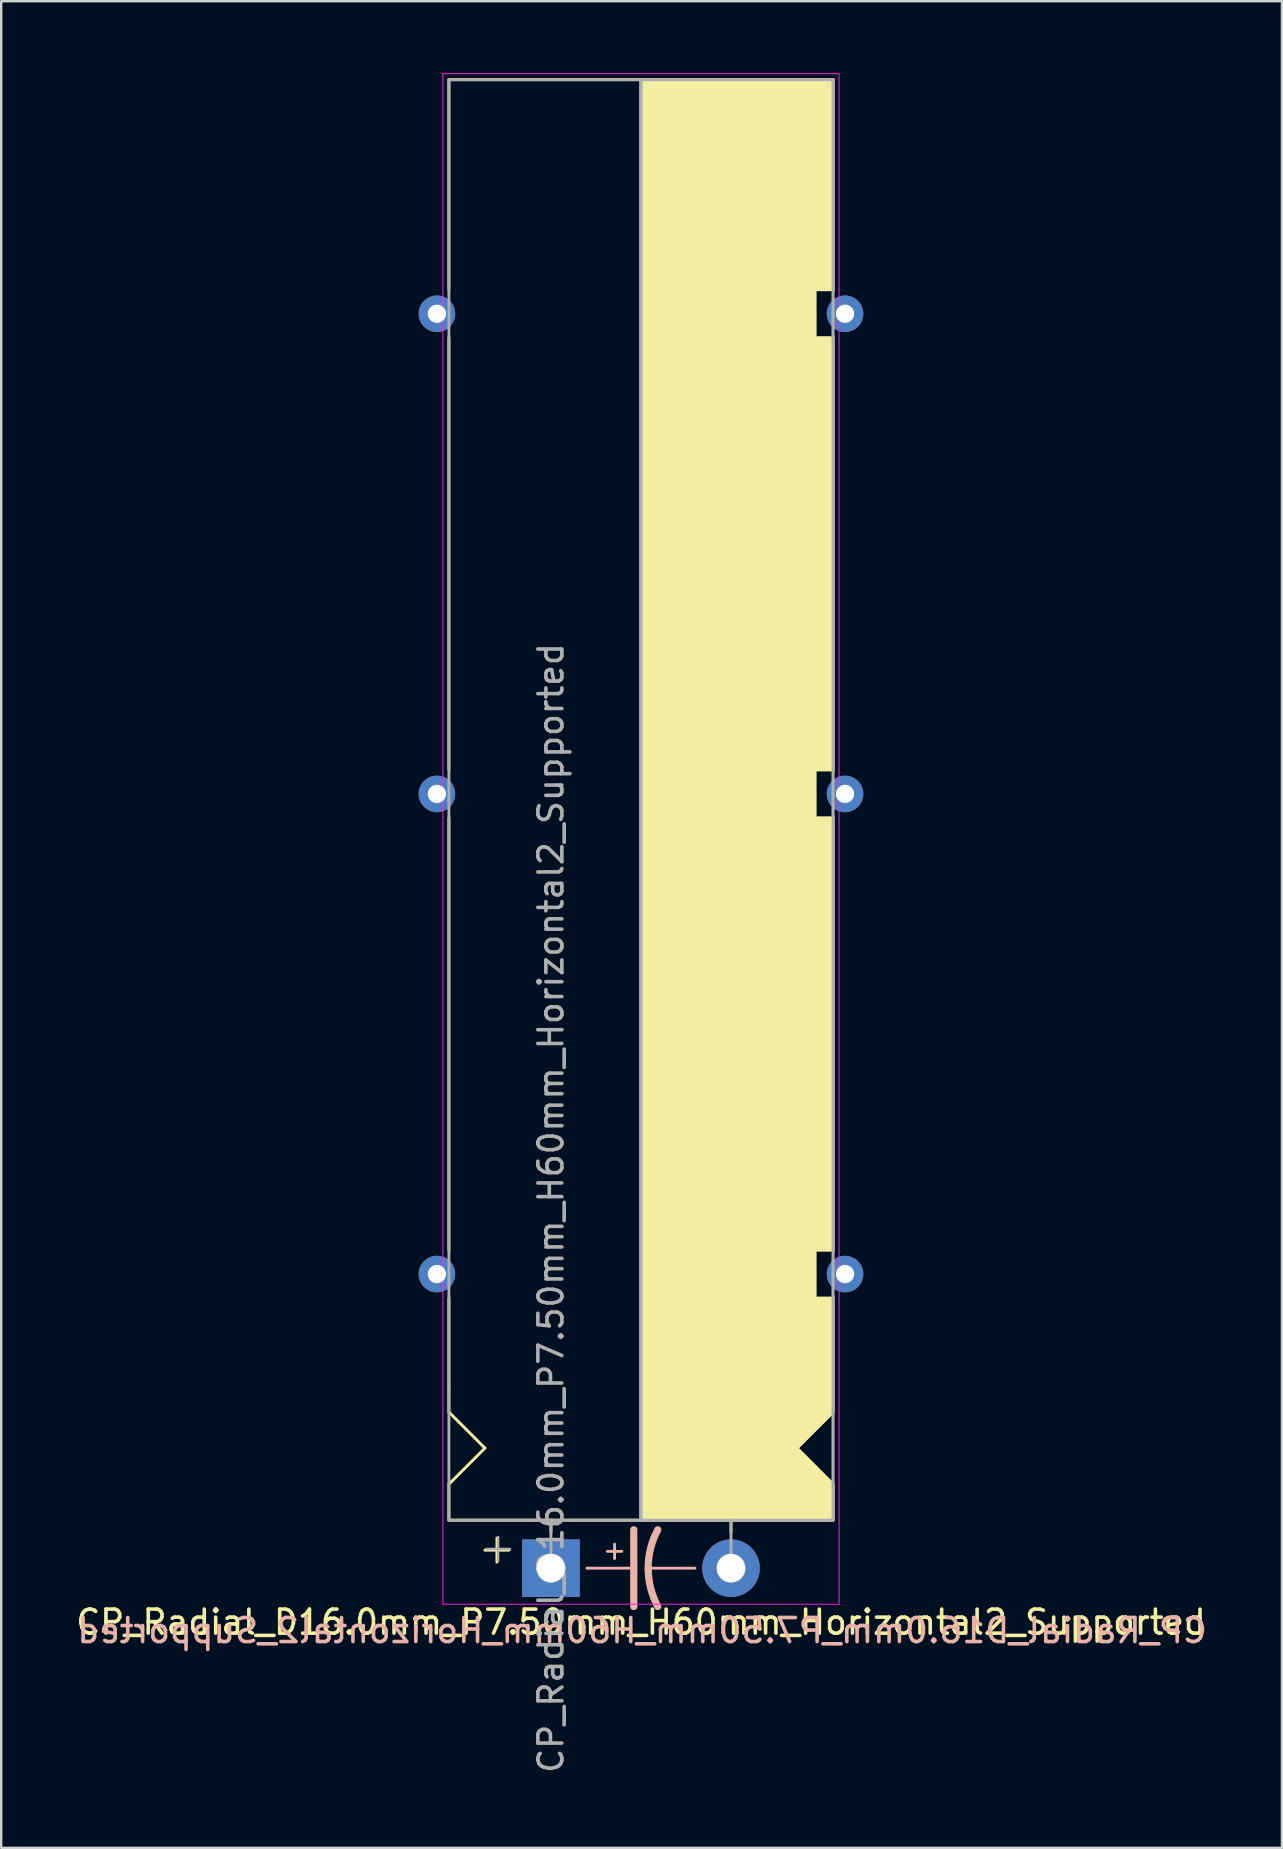
<source format=kicad_pcb>
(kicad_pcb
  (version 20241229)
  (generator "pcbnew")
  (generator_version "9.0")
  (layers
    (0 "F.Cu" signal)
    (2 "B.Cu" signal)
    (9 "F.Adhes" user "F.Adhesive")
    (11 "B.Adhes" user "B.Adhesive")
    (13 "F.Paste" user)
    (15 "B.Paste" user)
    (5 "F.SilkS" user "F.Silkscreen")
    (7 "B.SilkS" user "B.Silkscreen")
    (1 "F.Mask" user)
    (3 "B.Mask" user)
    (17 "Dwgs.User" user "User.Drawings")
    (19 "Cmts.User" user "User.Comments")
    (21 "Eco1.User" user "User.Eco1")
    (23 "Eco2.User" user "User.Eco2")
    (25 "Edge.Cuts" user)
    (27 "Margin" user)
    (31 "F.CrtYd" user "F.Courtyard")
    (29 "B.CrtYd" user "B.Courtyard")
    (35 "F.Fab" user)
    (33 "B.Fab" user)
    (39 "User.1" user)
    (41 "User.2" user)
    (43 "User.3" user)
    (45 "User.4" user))
  (footprint "CP_Radial_D16.0mm_P7.50mm_H60mm_Horizontal2_Supported"
    (layer "F.Cu")
    (at 19.899 62.27)
    (property "Reference" "CP_Radial_D16.0mm_P7.50mm_H60mm_Horizontal2_Supported" (at 3.75 2.25 0) (layer "F.SilkS") (effects (font (size 1 1) (thickness 0.15))))
    (fp_line (start -4.25 -53.25) (end -4.25 -62) (stroke (width 0.12) (type solid)) (layer "F.SilkS"))
    (fp_line (start -4.25 -33.25) (end -4.25 -51.25) (stroke (width 0.12) (type solid)) (layer "F.SilkS"))
    (fp_line (start -4.25 -31.25) (end -4.25 -13.25) (stroke (width 0.12) (type solid)) (layer "F.SilkS"))
    (fp_line (start -4.25 -7.5) (end -4.25 -11.25) (stroke (width 0.12) (type solid)) (layer "F.SilkS"))
    (fp_line (start -4.25 -6.5) (end -4.25 -7.5) (stroke (width 0.12) (type solid)) (layer "F.SilkS"))
    (fp_line (start -4.25 -3.5) (end -2.75 -5) (stroke (width 0.12) (type solid)) (layer "F.SilkS"))
    (fp_line (start -4.25 -2) (end -4.25 -3.5) (stroke (width 0.12) (type solid)) (layer "F.SilkS"))
    (fp_line (start -2.75 -5) (end -4.25 -6.5) (stroke (width 0.12) (type solid)) (layer "F.SilkS"))
    (fp_line (start -2.25 -1.25) (end -2.25 -0.25) (stroke (width 0.12) (type solid)) (layer "F.SilkS"))
    (fp_line (start -1.75 -0.75) (end -2.75 -0.75) (stroke (width 0.12) (type solid)) (layer "F.SilkS"))
    (fp_line (start 0 -1.5) (end 0 -2) (stroke (width 0.12) (type solid)) (layer "F.SilkS"))
    (fp_line (start 3.75 -2) (end -4.25 -2) (stroke (width 0.12) (type solid)) (layer "F.SilkS"))
    (fp_line (start 3.75 -2) (end 3.75 -62) (stroke (width 0.12) (type solid)) (layer "F.SilkS"))
    (fp_line (start 3.75 -2) (end 11.75 -2) (stroke (width 0.12) (type solid)) (layer "F.SilkS"))
    (fp_line (start 7.5 -1.5) (end 7.5 -2) (stroke (width 0.12) (type solid)) (layer "F.SilkS"))
    (fp_line (start 10.25 -5) (end 11.75 -6.5) (stroke (width 0.12) (type solid)) (layer "F.SilkS"))
    (fp_line (start 11 -53.25) (end 11 -51.25) (stroke (width 0.12) (type solid)) (layer "F.SilkS"))
    (fp_line (start 11 -51.25) (end 11.75 -51.25) (stroke (width 0.12) (type solid)) (layer "F.SilkS"))
    (fp_line (start 11 -33.25) (end 11 -31.25) (stroke (width 0.12) (type solid)) (layer "F.SilkS"))
    (fp_line (start 11 -31.25) (end 11.75 -31.25) (stroke (width 0.12) (type solid)) (layer "F.SilkS"))
    (fp_line (start 11 -13.25) (end 11 -11.25) (stroke (width 0.12) (type solid)) (layer "F.SilkS"))
    (fp_line (start 11 -11.25) (end 11.75 -11.25) (stroke (width 0.12) (type solid)) (layer "F.SilkS"))
    (fp_line (start 11.75 -62) (end -4.25 -62) (stroke (width 0.12) (type solid)) (layer "F.SilkS"))
    (fp_line (start 11.75 -62) (end 11.75 -53.25) (stroke (width 0.12) (type solid)) (layer "F.SilkS"))
    (fp_line (start 11.75 -53.25) (end 11 -53.25) (stroke (width 0.12) (type solid)) (layer "F.SilkS"))
    (fp_line (start 11.75 -33.25) (end 11 -33.25) (stroke (width 0.12) (type solid)) (layer "F.SilkS"))
    (fp_line (start 11.75 -33.25) (end 11.75 -51.25) (stroke (width 0.12) (type solid)) (layer "F.SilkS"))
    (fp_line (start 11.75 -13.25) (end 11 -13.25) (stroke (width 0.12) (type solid)) (layer "F.SilkS"))
    (fp_line (start 11.75 -13.25) (end 11.75 -31.25) (stroke (width 0.12) (type solid)) (layer "F.SilkS"))
    (fp_line (start 11.75 -11.25) (end 11.75 -6.5) (stroke (width 0.12) (type solid)) (layer "F.SilkS"))
    (fp_line (start 11.75 -3.5) (end 10.25 -5) (stroke (width 0.12) (type solid)) (layer "F.SilkS"))
    (fp_line (start 11.75 -2) (end 11.75 -3.5) (stroke (width 0.12) (type solid)) (layer "F.SilkS"))
    (fp_poly (pts (xy 11.75 -3.5) (xy 10.25 -5) (xy 11.75 -6.5) (xy 11.75 -11.25) (xy 11 -11.25) (xy 11 -13.25) (xy 11.75 -13.25) (xy 11.75 -31.25) (xy 11 -31.25) (xy 11 -33.25) (xy 11.75 -33.25) (xy 11.75 -51.25) (xy 11 -51.25) (xy 11 -53.25) (xy 11.75 -53.25) (xy 11.75 -62) (xy 3.75 -62) (xy 3.75 -2) (xy 11.75 -2)) (stroke (width 0.1) (type solid)) (fill yes) (layer "F.SilkS"))
    (fp_line (start 1.5 0) (end 3.45 0) (stroke (width 0.12) (type solid)) (layer "B.SilkS"))
    (fp_line (start 2.35 -0.7) (end 2.95 -0.7) (stroke (width 0.12) (type solid)) (layer "B.SilkS"))
    (fp_line (start 2.65 -0.4) (end 2.65 -1) (stroke (width 0.12) (type solid)) (layer "B.SilkS"))
    (fp_line (start 3.45 0) (end 3.45 -1.6) (stroke (width 0.3) (type solid)) (layer "B.SilkS"))
    (fp_line (start 3.45 0) (end 3.45 1.6) (stroke (width 0.3) (type solid)) (layer "B.SilkS"))
    (fp_line (start 6 0) (end 4.05 0) (stroke (width 0.12) (type solid)) (layer "B.SilkS"))
    (fp_arc (start 4.05 0) (mid 4.150512 -0.824872) (end 4.45 -1.6) (stroke (width 0.3) (type solid)) (layer "B.SilkS"))
    (fp_arc (start 4.45 1.596157) (mid 4.151652 0.822725) (end 4.05 0) (stroke (width 0.3) (type solid)) (layer "B.SilkS"))
    (fp_line (start -4.5 -62.25) (end -4.5 1.5) (stroke (width 0.04) (type solid)) (layer "F.CrtYd"))
    (fp_line (start -4.5 1.5) (end 12 1.5) (stroke (width 0.04) (type solid)) (layer "F.CrtYd"))
    (fp_line (start 12 -62.25) (end -4.5 -62.25) (stroke (width 0.04) (type solid)) (layer "F.CrtYd"))
    (fp_line (start 12 1.5) (end 12 -62.25) (stroke (width 0.04) (type solid)) (layer "F.CrtYd"))
    (fp_line (start -4.25 -62) (end 11.75 -62) (stroke (width 0.12) (type solid)) (layer "F.Fab"))
    (fp_line (start -4.25 -2) (end -4.25 -62) (stroke (width 0.12) (type solid)) (layer "F.Fab"))
    (fp_line (start -2.7 -0.8) (end -1.7 -0.8) (stroke (width 0.1) (type solid)) (layer "F.Fab"))
    (fp_line (start -2.2 -0.3) (end -2.2 -1.3) (stroke (width 0.1) (type solid)) (layer "F.Fab"))
    (fp_line (start 0 -2) (end -4.25 -2) (stroke (width 0.12) (type solid)) (layer "F.Fab"))
    (fp_line (start 0 0) (end 0 -2) (stroke (width 0.12) (type solid)) (layer "F.Fab"))
    (fp_line (start 3.75 -2) (end 3.75 -62) (stroke (width 0.12) (type solid)) (layer "F.Fab"))
    (fp_line (start 7.5 0) (end 7.5 -2) (stroke (width 0.12) (type solid)) (layer "F.Fab"))
    (fp_line (start 11.75 -62) (end 11.75 -2) (stroke (width 0.12) (type solid)) (layer "F.Fab"))
    (fp_line (start 11.75 -2) (end 0 -2) (stroke (width 0.12) (type solid)) (layer "F.Fab"))
    (fp_poly (pts (xy 11.75 -62) (xy 3.75 -62) (xy 3.75 -2) (xy 11.75 -2)) (stroke (width 0.1) (type solid)) (fill no) (layer "F.Fab"))
    (fp_text user "${REFERENCE}" (at 3.8 2.6 0) (layer "B.SilkS") (effects (font (size 1 1) (thickness 0.15)) (justify mirror)))
    (fp_text user "${REFERENCE}" (at 0 -15 90) (layer "F.Fab") (effects (font (size 1 1) (thickness 0.15))))
    (pad "1" thru_hole rect (at 0 0) (size 2.4 2.4) (drill 1.2) (layers "*.Cu" "*.Mask"))
    (pad "2" thru_hole circle (at 7.5 0) (size 2.4 2.4) (drill 1.2) (layers "*.Cu" "*.Mask"))
    (pad "~" thru_hole circle (at -4.75 -52.25 180) (size 1.524 1.524) (drill 0.762) (layers "*.Cu" "*.Mask"))
    (pad "~" thru_hole circle (at -4.75 -32.25 180) (size 1.524 1.524) (drill 0.762) (layers "*.Cu" "*.Mask"))
    (pad "~" thru_hole circle (at -4.75 -12.25 180) (size 1.524 1.524) (drill 0.762) (layers "*.Cu" "*.Mask"))
    (pad "~" thru_hole circle (at 12.25 -52.25 180) (size 1.524 1.524) (drill 0.762) (layers "*.Cu" "*.Mask"))
    (pad "~" thru_hole circle (at 12.25 -32.25 180) (size 1.524 1.524) (drill 0.762) (layers "*.Cu" "*.Mask"))
    (pad "~" thru_hole circle (at 12.25 -12.25 180) (size 1.524 1.524) (drill 0.762) (layers "*.Cu" "*.Mask")))
  (gr_rect
    (start -3 -3)
    (end 50.348 73.919)
    (stroke (width 0.1) (type default))
    (fill no)
    (layer "Edge.Cuts")))
</source>
